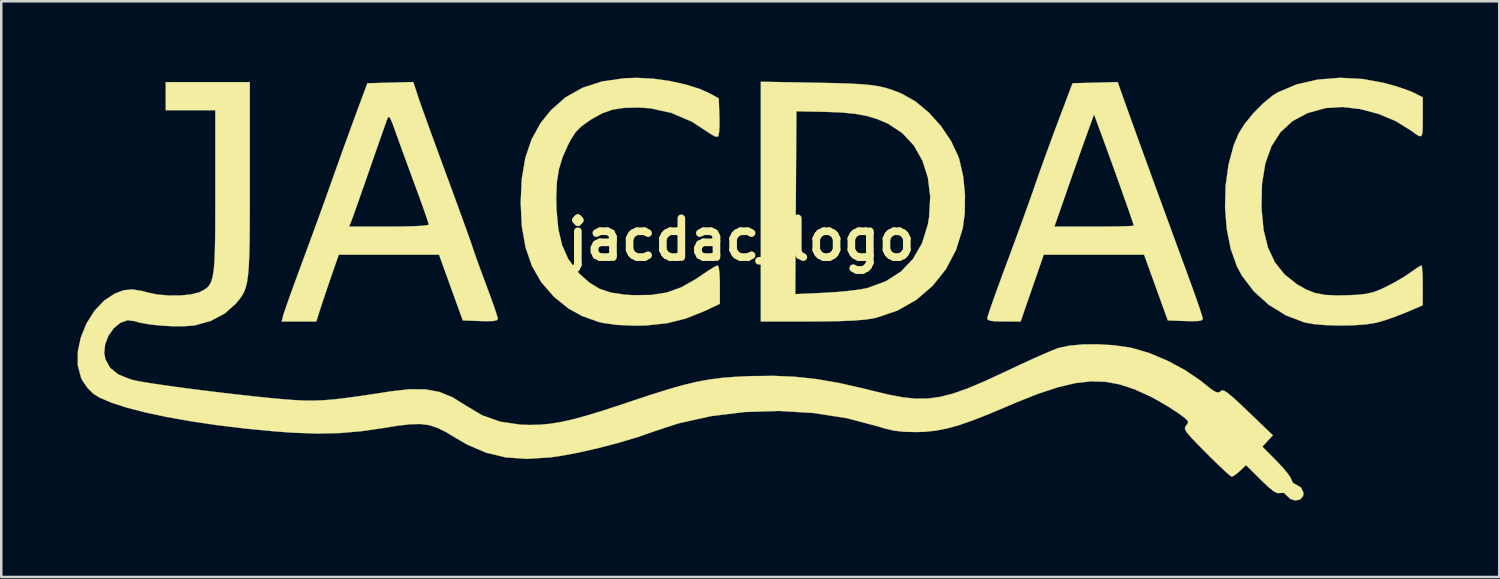
<source format=kicad_pcb>
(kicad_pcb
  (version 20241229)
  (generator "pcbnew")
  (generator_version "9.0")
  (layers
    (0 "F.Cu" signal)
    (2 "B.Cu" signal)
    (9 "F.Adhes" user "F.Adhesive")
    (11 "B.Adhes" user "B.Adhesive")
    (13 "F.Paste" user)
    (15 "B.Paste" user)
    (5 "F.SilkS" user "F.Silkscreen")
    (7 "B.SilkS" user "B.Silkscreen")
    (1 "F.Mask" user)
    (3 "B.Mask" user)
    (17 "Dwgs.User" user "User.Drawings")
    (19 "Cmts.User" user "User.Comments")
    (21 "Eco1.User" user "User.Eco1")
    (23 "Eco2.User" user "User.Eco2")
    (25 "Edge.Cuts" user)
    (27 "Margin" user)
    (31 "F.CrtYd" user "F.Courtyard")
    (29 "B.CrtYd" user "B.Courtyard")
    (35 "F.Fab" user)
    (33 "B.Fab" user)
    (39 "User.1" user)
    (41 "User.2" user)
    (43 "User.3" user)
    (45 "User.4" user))
  (footprint "jacdac_logo"
    (layer "F.Cu")
    (at 26.064 6.357)
    (property "Reference" "jacdac_logo" (at 0 0 0) (layer "F.SilkS") (effects (font (size 1.524 1.524) (thickness 0.3))))
    (attr through_hole)
    (fp_poly (pts (xy 2.942 -6.158) (xy 3.67 -6.143) (xy 4.255 -6.124) (xy 4.723 -6.099) (xy 5.101 -6.064) (xy 5.414 -6.015) (xy 5.69 -5.949) (xy 5.954 -5.863) (xy 6.233 -5.754) (xy 6.303 -5.724) (xy 6.837 -5.422) (xy 7.357 -4.989) (xy 7.832 -4.461) (xy 8.228 -3.877) (xy 8.513 -3.273) (xy 8.559 -3.139) (xy 8.707 -2.487) (xy 8.779 -1.762) (xy 8.771 -1.039) (xy 8.691 -0.442) (xy 8.429 0.404) (xy 8.03 1.162) (xy 7.506 1.819) (xy 6.871 2.364) (xy 6.135 2.784) (xy 5.313 3.064) (xy 5.185 3.093) (xy 4.869 3.142) (xy 4.435 3.178) (xy 3.868 3.202) (xy 3.154 3.214) (xy 2.688 3.216) (xy 0.762 3.217) (xy 0.762 2.143) (xy 2.115 2.143) (xy 3.28 2.089) (xy 3.761 2.059) (xy 4.23 2.015) (xy 4.638 1.962) (xy 4.932 1.908) (xy 4.953 1.902) (xy 5.67 1.638) (xy 6.267 1.255) (xy 6.743 0.754) (xy 7.095 0.139) (xy 7.32 -0.587) (xy 7.37 -0.879) (xy 7.415 -1.68) (xy 7.324 -2.427) (xy 7.107 -3.104) (xy 6.771 -3.694) (xy 6.322 -4.179) (xy 5.769 -4.543) (xy 5.726 -4.564) (xy 5.32 -4.735) (xy 4.908 -4.858) (xy 4.449 -4.941) (xy 3.904 -4.992) (xy 3.231 -5.017) (xy 3.217 -5.017) (xy 2.159 -5.038) (xy 2.115 2.143) (xy 0.762 2.143) (xy 0.762 -6.197) (xy 2.942 -6.158)) (stroke (width 0.01) (type solid)) (fill yes) (layer "F.SilkS"))
    (fp_poly (pts (xy 15.083 -5.315) (xy 15.221 -4.93) (xy 15.409 -4.41) (xy 15.638 -3.775) (xy 15.902 -3.05) (xy 16.191 -2.256) (xy 16.498 -1.416) (xy 16.814 -0.553) (xy 17.13 0.312) (xy 17.44 1.154) (xy 17.529 1.397) (xy 17.709 1.891) (xy 17.867 2.335) (xy 17.994 2.703) (xy 18.08 2.968) (xy 18.119 3.105) (xy 18.12 3.115) (xy 18.074 3.171) (xy 17.921 3.2) (xy 17.637 3.205) (xy 17.432 3.2) (xy 16.745 3.175) (xy 16.278 1.884) (xy 15.812 0.593) (xy 11.872 0.593) (xy 11.418 1.905) (xy 10.964 3.216) (xy 10.308 3.217) (xy 9.962 3.21) (xy 9.757 3.185) (xy 9.665 3.138) (xy 9.652 3.098) (xy 9.681 2.989) (xy 9.761 2.744) (xy 9.886 2.386) (xy 10.047 1.937) (xy 10.236 1.42) (xy 10.413 0.944) (xy 10.644 0.322) (xy 10.876 -0.31) (xy 10.948 -0.508) (xy 12.29 -0.508) (xy 13.85 -0.508) (xy 14.342 -0.51) (xy 14.771 -0.515) (xy 15.11 -0.524) (xy 15.331 -0.534) (xy 15.409 -0.546) (xy 15.382 -0.638) (xy 15.306 -0.864) (xy 15.19 -1.199) (xy 15.043 -1.616) (xy 14.875 -2.09) (xy 14.694 -2.596) (xy 14.51 -3.109) (xy 14.33 -3.602) (xy 14.215 -3.918) (xy 13.848 -4.915) (xy 13.563 -4.13) (xy 13.435 -3.775) (xy 13.269 -3.308) (xy 13.082 -2.778) (xy 12.89 -2.232) (xy 12.784 -1.926) (xy 12.29 -0.508) (xy 10.948 -0.508) (xy 11.097 -0.917) (xy 11.292 -1.459) (xy 11.449 -1.901) (xy 11.514 -2.091) (xy 11.66 -2.511) (xy 11.849 -3.039) (xy 12.061 -3.624) (xy 12.279 -4.216) (xy 12.428 -4.614) (xy 13.003 -6.138) (xy 13.888 -6.161) (xy 14.774 -6.184) (xy 15.083 -5.315)) (stroke (width 0.01) (type solid)) (fill yes) (layer "F.SilkS"))
    (fp_poly (pts (xy -3.467 -6.317) (xy -2.809 -6.225) (xy -2.175 -6.084) (xy -1.616 -5.907) (xy -1.244 -5.738) (xy -0.889 -5.543) (xy -0.864 -4.833) (xy -0.861 -4.498) (xy -0.875 -4.229) (xy -0.902 -4.069) (xy -0.913 -4.048) (xy -1.025 -4.042) (xy -1.193 -4.137) (xy -1.94 -4.627) (xy -2.738 -4.969) (xy -3.564 -5.154) (xy -4.064 -5.187) (xy -4.618 -5.17) (xy -5.064 -5.1) (xy -5.462 -4.96) (xy -5.87 -4.736) (xy -6 -4.651) (xy -6.297 -4.435) (xy -6.507 -4.222) (xy -6.686 -3.95) (xy -6.806 -3.722) (xy -7.023 -3.234) (xy -7.167 -2.763) (xy -7.247 -2.259) (xy -7.272 -1.674) (xy -7.262 -1.188) (xy -7.192 -0.424) (xy -7.044 0.214) (xy -6.807 0.753) (xy -6.472 1.221) (xy -6.35 1.352) (xy -5.969 1.693) (xy -5.579 1.93) (xy -5.134 2.081) (xy -4.592 2.163) (xy -4.258 2.184) (xy -3.542 2.176) (xy -2.925 2.078) (xy -2.357 1.874) (xy -1.787 1.55) (xy -1.629 1.442) (xy -1.346 1.25) (xy -1.112 1.103) (xy -0.962 1.024) (xy -0.934 1.016) (xy -0.89 1.097) (xy -0.86 1.326) (xy -0.847 1.682) (xy -0.847 1.77) (xy -0.847 2.524) (xy -1.418 2.793) (xy -2.178 3.099) (xy -2.933 3.288) (xy -3.744 3.373) (xy -4.183 3.381) (xy -4.907 3.35) (xy -5.473 3.267) (xy -5.63 3.227) (xy -6.255 3.003) (xy -6.783 2.712) (xy -7.285 2.312) (xy -7.387 2.217) (xy -7.863 1.67) (xy -8.224 1.04) (xy -8.476 0.313) (xy -8.622 -0.525) (xy -8.668 -1.439) (xy -8.625 -2.388) (xy -8.484 -3.214) (xy -8.239 -3.936) (xy -7.884 -4.575) (xy -7.484 -5.075) (xy -6.909 -5.583) (xy -6.24 -5.96) (xy -5.472 -6.209) (xy -4.596 -6.334) (xy -4.098 -6.35) (xy -3.467 -6.317)) (stroke (width 0.01) (type solid)) (fill yes) (layer "F.SilkS"))
    (fp_poly (pts (xy 24.411 -6.303) (xy 25.25 -6.146) (xy 25.644 -6.037) (xy 26.019 -5.916) (xy 26.314 -5.805) (xy 26.404 -5.764) (xy 26.755 -5.585) (xy 26.755 -4.777) (xy 26.753 -4.393) (xy 26.738 -4.159) (xy 26.691 -4.058) (xy 26.594 -4.071) (xy 26.431 -4.179) (xy 26.288 -4.285) (xy 25.691 -4.653) (xy 25.012 -4.937) (xy 24.298 -5.125) (xy 23.596 -5.206) (xy 22.951 -5.166) (xy 22.931 -5.162) (xy 22.228 -4.966) (xy 21.642 -4.653) (xy 21.171 -4.22) (xy 20.815 -3.667) (xy 20.573 -2.99) (xy 20.442 -2.188) (xy 20.422 -1.259) (xy 20.424 -1.21) (xy 20.504 -0.383) (xy 20.676 0.313) (xy 20.947 0.891) (xy 21.324 1.367) (xy 21.813 1.755) (xy 21.817 1.758) (xy 22.181 1.964) (xy 22.532 2.099) (xy 22.918 2.173) (xy 23.388 2.196) (xy 23.801 2.188) (xy 24.23 2.166) (xy 24.546 2.13) (xy 24.808 2.068) (xy 25.072 1.967) (xy 25.262 1.881) (xy 25.621 1.697) (xy 25.983 1.487) (xy 26.247 1.312) (xy 26.471 1.153) (xy 26.639 1.046) (xy 26.703 1.016) (xy 26.725 1.094) (xy 26.743 1.305) (xy 26.753 1.61) (xy 26.754 1.799) (xy 26.753 2.582) (xy 26.086 2.866) (xy 25.699 3.019) (xy 25.297 3.159) (xy 24.957 3.259) (xy 24.922 3.267) (xy 24.529 3.33) (xy 24.031 3.366) (xy 23.485 3.376) (xy 22.945 3.36) (xy 22.464 3.318) (xy 22.108 3.253) (xy 21.381 2.976) (xy 20.71 2.562) (xy 20.126 2.036) (xy 19.657 1.422) (xy 19.464 1.066) (xy 19.216 0.373) (xy 19.058 -0.417) (xy 18.992 -1.263) (xy 19.015 -2.121) (xy 19.129 -2.949) (xy 19.333 -3.705) (xy 19.525 -4.163) (xy 19.763 -4.543) (xy 20.094 -4.95) (xy 20.471 -5.334) (xy 20.848 -5.645) (xy 21.054 -5.776) (xy 21.786 -6.086) (xy 22.611 -6.279) (xy 23.497 -6.352) (xy 24.411 -6.303)) (stroke (width 0.01) (type solid)) (fill yes) (layer "F.SilkS"))
    (fp_poly (pts (xy -12.697 -5.612) (xy -12.62 -5.386) (xy -12.493 -5.027) (xy -12.325 -4.561) (xy -12.126 -4.012) (xy -11.905 -3.407) (xy -11.671 -2.771) (xy -11.601 -2.582) (xy -11.369 -1.951) (xy -11.149 -1.351) (xy -10.951 -0.806) (xy -10.783 -0.34) (xy -10.654 0.022) (xy -10.572 0.258) (xy -10.557 0.304) (xy -10.475 0.545) (xy -10.349 0.9) (xy -10.194 1.325) (xy -10.027 1.775) (xy -9.993 1.864) (xy -9.84 2.278) (xy -9.711 2.641) (xy -9.618 2.92) (xy -9.571 3.084) (xy -9.567 3.108) (xy -9.605 3.167) (xy -9.736 3.198) (xy -9.988 3.206) (xy -10.254 3.2) (xy -10.941 3.175) (xy -11.408 1.884) (xy -11.874 0.593) (xy -15.81 0.593) (xy -16.112 1.46) (xy -16.254 1.874) (xy -16.391 2.281) (xy -16.505 2.623) (xy -16.553 2.773) (xy -16.693 3.217) (xy -18.052 3.217) (xy -17.994 2.985) (xy -17.949 2.842) (xy -17.854 2.565) (xy -17.717 2.18) (xy -17.547 1.712) (xy -17.354 1.184) (xy -17.214 0.804) (xy -16.979 0.168) (xy -16.733 -0.502) (xy -16.731 -0.508) (xy -15.405 -0.508) (xy -13.841 -0.508) (xy -13.283 -0.512) (xy -12.831 -0.524) (xy -12.503 -0.544) (xy -12.315 -0.569) (xy -12.277 -0.589) (xy -12.305 -0.691) (xy -12.383 -0.925) (xy -12.502 -1.265) (xy -12.652 -1.683) (xy -12.818 -2.135) (xy -13.011 -2.659) (xy -13.203 -3.182) (xy -13.378 -3.662) (xy -13.52 -4.056) (xy -13.595 -4.266) (xy -13.711 -4.585) (xy -13.789 -4.764) (xy -13.843 -4.823) (xy -13.886 -4.783) (xy -13.908 -4.732) (xy -13.958 -4.594) (xy -14.054 -4.323) (xy -14.187 -3.945) (xy -14.348 -3.485) (xy -14.527 -2.971) (xy -14.603 -2.752) (xy -14.788 -2.22) (xy -14.96 -1.73) (xy -15.108 -1.309) (xy -15.224 -0.984) (xy -15.297 -0.781) (xy -15.313 -0.741) (xy -15.405 -0.508) (xy -16.731 -0.508) (xy -16.493 -1.163) (xy -16.274 -1.77) (xy -16.093 -2.277) (xy -16.045 -2.413) (xy -15.841 -2.987) (xy -15.608 -3.637) (xy -15.372 -4.286) (xy -15.162 -4.859) (xy -15.143 -4.911) (xy -14.688 -6.138) (xy -13.787 -6.162) (xy -12.885 -6.186) (xy -12.697 -5.612)) (stroke (width 0.01) (type solid)) (fill yes) (layer "F.SilkS"))
    (fp_poly (pts (xy -19.304 -2.386) (xy -19.304 -1.426) (xy -19.307 -0.621) (xy -19.313 0.048) (xy -19.325 0.594) (xy -19.344 1.035) (xy -19.373 1.386) (xy -19.412 1.663) (xy -19.464 1.882) (xy -19.531 2.058) (xy -19.613 2.209) (xy -19.714 2.348) (xy -19.834 2.494) (xy -19.85 2.512) (xy -20.287 2.901) (xy -20.834 3.193) (xy -21.448 3.366) (xy -21.518 3.376) (xy -21.892 3.405) (xy -22.343 3.404) (xy -22.819 3.377) (xy -23.268 3.327) (xy -23.637 3.26) (xy -23.822 3.203) (xy -24.109 3.168) (xy -24.391 3.27) (xy -24.647 3.481) (xy -24.852 3.769) (xy -24.985 4.105) (xy -25.021 4.459) (xy -24.975 4.705) (xy -24.786 5.042) (xy -24.463 5.3) (xy -23.996 5.488) (xy -23.815 5.534) (xy -23.52 5.59) (xy -23.086 5.66) (xy -22.539 5.739) (xy -21.908 5.825) (xy -21.221 5.914) (xy -20.507 6.002) (xy -19.794 6.085) (xy -19.109 6.161) (xy -18.481 6.225) (xy -17.949 6.273) (xy -17.53 6.305) (xy -17.153 6.323) (xy -16.79 6.325) (xy -16.415 6.31) (xy -16 6.276) (xy -15.517 6.22) (xy -14.938 6.14) (xy -14.236 6.034) (xy -13.758 5.96) (xy -13.025 5.877) (xy -12.402 5.883) (xy -11.856 5.985) (xy -11.348 6.191) (xy -10.842 6.507) (xy -10.831 6.515) (xy -10.176 6.904) (xy -9.466 7.153) (xy -8.675 7.269) (xy -8.315 7.28) (xy -7.916 7.27) (xy -7.52 7.235) (xy -7.101 7.168) (xy -6.633 7.064) (xy -6.092 6.917) (xy -5.452 6.722) (xy -4.687 6.472) (xy -4.415 6.38) (xy -3.598 6.109) (xy -2.909 5.892) (xy -2.316 5.722) (xy -1.788 5.594) (xy -1.294 5.501) (xy -0.805 5.436) (xy -0.288 5.393) (xy 0.287 5.365) (xy 0.381 5.362) (xy 1.277 5.352) (xy 2.115 5.389) (xy 2.944 5.479) (xy 3.812 5.628) (xy 4.768 5.843) (xy 5.123 5.932) (xy 5.769 6.087) (xy 6.332 6.194) (xy 6.84 6.247) (xy 7.321 6.243) (xy 7.804 6.178) (xy 8.315 6.046) (xy 8.884 5.845) (xy 9.538 5.57) (xy 10.304 5.216) (xy 10.499 5.124) (xy 10.995 4.89) (xy 11.472 4.672) (xy 11.897 4.484) (xy 12.236 4.341) (xy 12.446 4.261) (xy 12.866 4.168) (xy 13.401 4.118) (xy 14.001 4.113) (xy 14.619 4.15) (xy 15.205 4.232) (xy 15.367 4.265) (xy 16.03 4.462) (xy 16.736 4.76) (xy 17.42 5.128) (xy 18.02 5.533) (xy 18.133 5.623) (xy 18.409 5.844) (xy 18.589 5.968) (xy 18.704 6.009) (xy 18.785 5.983) (xy 18.813 5.958) (xy 18.873 5.923) (xy 18.956 5.937) (xy 19.082 6.014) (xy 19.27 6.169) (xy 19.54 6.414) (xy 19.904 6.76) (xy 20.87 7.686) (xy 20.663 7.909) (xy 20.456 8.132) (xy 21.023 8.704) (xy 21.27 8.966) (xy 21.462 9.198) (xy 21.573 9.365) (xy 21.59 9.416) (xy 21.661 9.554) (xy 21.752 9.607) (xy 21.976 9.741) (xy 22.071 9.941) (xy 22.057 10.071) (xy 21.94 10.208) (xy 21.75 10.246) (xy 21.553 10.185) (xy 21.437 10.071) (xy 21.297 9.944) (xy 21.153 9.953) (xy 21.043 9.955) (xy 20.9 9.884) (xy 20.701 9.723) (xy 20.417 9.452) (xy 20.396 9.432) (xy 19.815 8.855) (xy 19.576 9.084) (xy 19.404 9.231) (xy 19.276 9.309) (xy 19.257 9.312) (xy 19.173 9.255) (xy 18.993 9.097) (xy 18.739 8.859) (xy 18.435 8.562) (xy 18.254 8.381) (xy 17.905 8.027) (xy 17.661 7.771) (xy 17.508 7.594) (xy 17.431 7.474) (xy 17.415 7.391) (xy 17.446 7.325) (xy 17.472 7.294) (xy 17.536 7.207) (xy 17.532 7.128) (xy 17.439 7.027) (xy 17.234 6.873) (xy 17.119 6.792) (xy 16.776 6.568) (xy 16.372 6.33) (xy 16.039 6.152) (xy 15.435 5.879) (xy 14.864 5.69) (xy 14.302 5.585) (xy 13.724 5.567) (xy 13.109 5.638) (xy 12.432 5.798) (xy 11.669 6.049) (xy 10.799 6.394) (xy 10.463 6.537) (xy 9.703 6.858) (xy 9.065 7.108) (xy 8.522 7.295) (xy 8.047 7.425) (xy 7.611 7.507) (xy 7.187 7.549) (xy 6.858 7.559) (xy 6.383 7.548) (xy 5.995 7.504) (xy 5.613 7.413) (xy 5.376 7.34) (xy 4.142 7.014) (xy 2.833 6.811) (xy 1.484 6.73) (xy 0.127 6.772) (xy -1.203 6.935) (xy -2.472 7.218) (xy -3.387 7.518) (xy -4.064 7.753) (xy -4.836 7.984) (xy -5.646 8.195) (xy -6.44 8.374) (xy -7.163 8.506) (xy -7.493 8.552) (xy -8.42 8.612) (xy -9.251 8.554) (xy -10.021 8.371) (xy -10.76 8.055) (xy -11.21 7.795) (xy -11.603 7.558) (xy -11.942 7.391) (xy -12.263 7.287) (xy -12.605 7.243) (xy -13.004 7.252) (xy -13.498 7.31) (xy -14.046 7.399) (xy -14.926 7.526) (xy -15.777 7.599) (xy -16.651 7.618) (xy -17.598 7.585) (xy -18.33 7.532) (xy -19.484 7.421) (xy -20.583 7.288) (xy -21.613 7.136) (xy -22.559 6.968) (xy -23.407 6.788) (xy -24.14 6.598) (xy -24.746 6.402) (xy -25.208 6.203) (xy -25.453 6.051) (xy -25.68 5.823) (xy -25.879 5.533) (xy -25.928 5.435) (xy -26.059 4.943) (xy -26.058 4.399) (xy -25.939 3.838) (xy -25.717 3.292) (xy -25.404 2.798) (xy -25.016 2.39) (xy -24.606 2.122) (xy -24.258 1.991) (xy -23.92 1.958) (xy -23.53 2.02) (xy -23.333 2.075) (xy -22.946 2.157) (xy -22.494 2.197) (xy -22.033 2.196) (xy -21.616 2.155) (xy -21.299 2.074) (xy -21.251 2.053) (xy -21.108 1.978) (xy -20.99 1.897) (xy -20.895 1.795) (xy -20.82 1.656) (xy -20.763 1.463) (xy -20.721 1.201) (xy -20.692 0.853) (xy -20.674 0.402) (xy -20.664 -0.166) (xy -20.66 -0.869) (xy -20.659 -1.722) (xy -20.659 -1.884) (xy -20.659 -5.08) (xy -22.606 -5.08) (xy -22.606 -6.181) (xy -19.304 -6.181) (xy -19.304 -2.386)) (stroke (width 0.01) (type solid)) (fill yes) (layer "F.SilkS")))
  (gr_rect
    (start -3 -3)
    (end 55.823 19.608)
    (stroke (width 0.1) (type default))
    (fill no)
    (layer "Edge.Cuts")))
</source>
